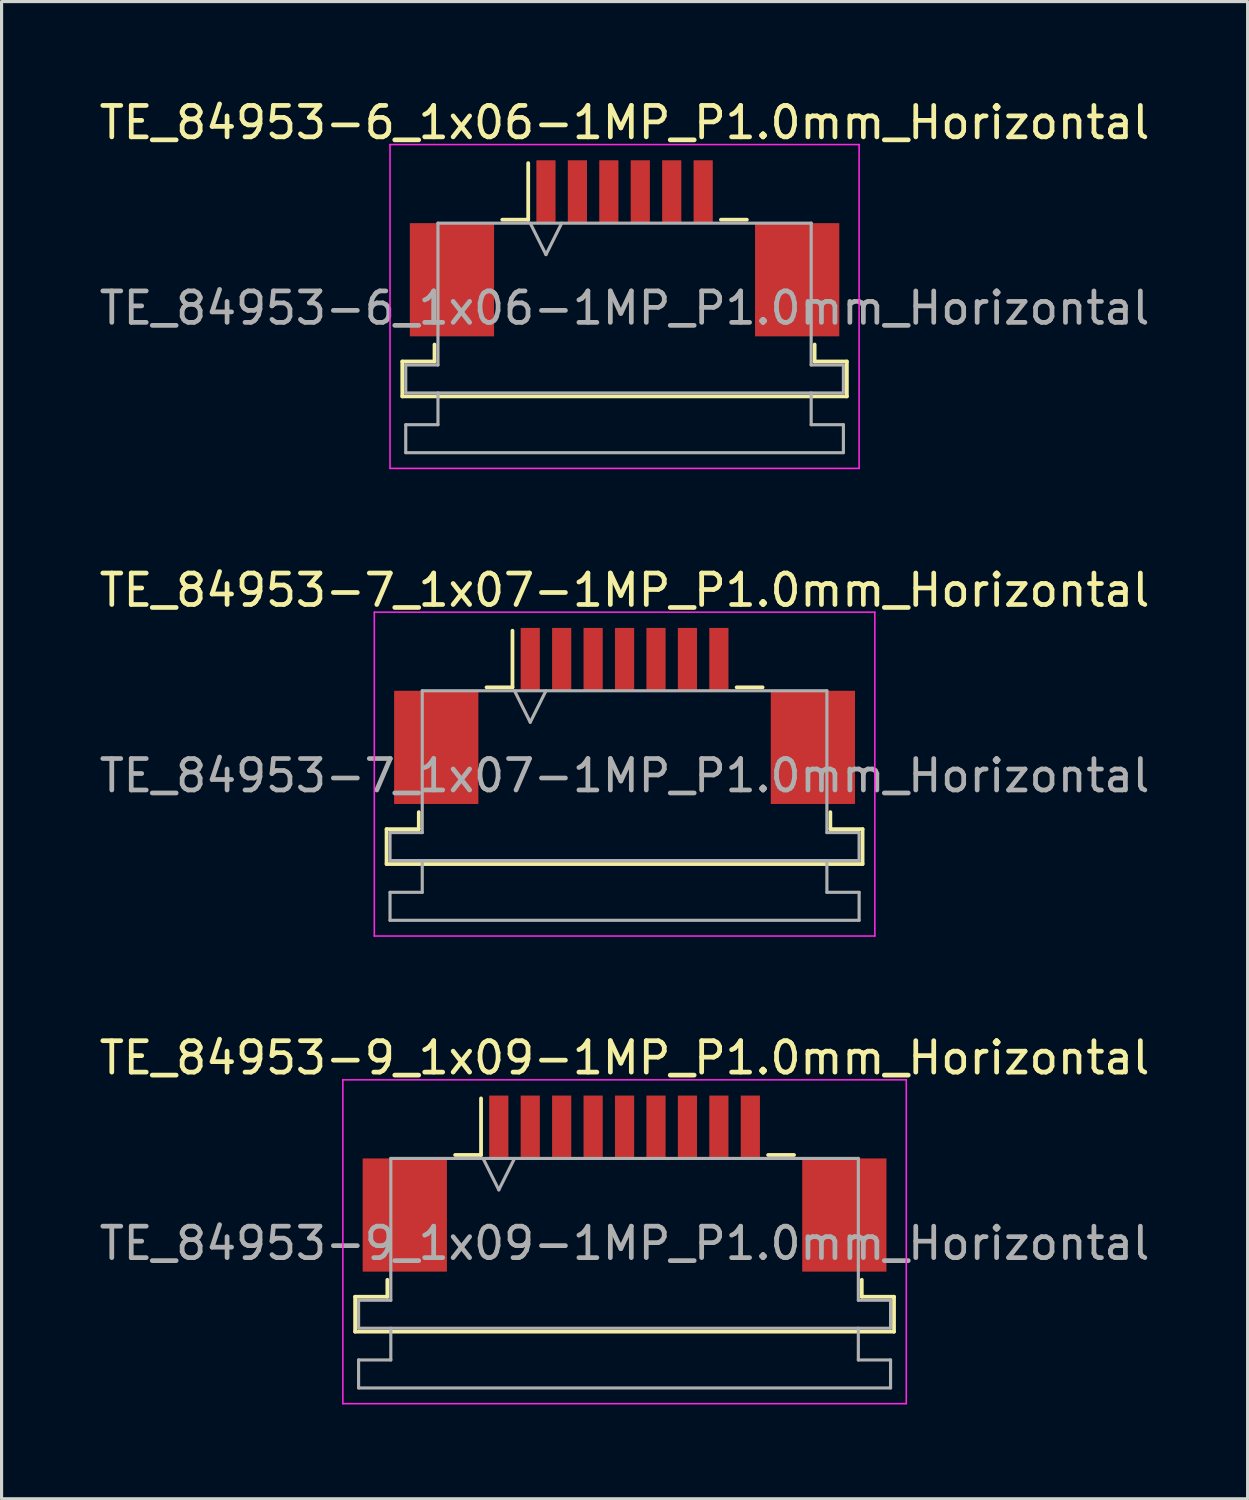
<source format=kicad_pcb>
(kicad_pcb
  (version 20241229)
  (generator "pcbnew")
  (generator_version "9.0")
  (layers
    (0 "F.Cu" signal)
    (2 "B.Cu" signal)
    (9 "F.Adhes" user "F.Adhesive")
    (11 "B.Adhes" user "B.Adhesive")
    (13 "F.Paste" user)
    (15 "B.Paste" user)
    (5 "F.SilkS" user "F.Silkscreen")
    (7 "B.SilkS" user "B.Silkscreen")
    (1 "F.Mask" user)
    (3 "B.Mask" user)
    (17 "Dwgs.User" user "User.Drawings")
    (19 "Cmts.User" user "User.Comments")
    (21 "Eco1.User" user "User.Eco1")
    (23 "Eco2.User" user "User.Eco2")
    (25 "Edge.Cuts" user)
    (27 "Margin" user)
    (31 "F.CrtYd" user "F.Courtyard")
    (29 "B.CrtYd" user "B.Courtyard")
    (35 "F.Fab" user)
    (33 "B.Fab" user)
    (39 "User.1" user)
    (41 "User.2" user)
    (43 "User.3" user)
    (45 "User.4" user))
  (footprint "TE_84953-9_1x09-1MP_P1.0mm_Horizontal"
    (layer "F.Cu")
    (at 16.815 34.595)
    (property "Reference" "TE_84953-9_1x09-1MP_P1.0mm_Horizontal" (at 0 -4 0) (layer "F.SilkS") (effects (font (size 1 1) (thickness 0.15))))
    (attr smd)
    (fp_line (start -8.57 3.6) (end -7.545 3.6) (stroke (width 0.12) (type solid)) (layer "F.SilkS"))
    (fp_line (start -8.57 4.71) (end -8.57 3.6) (stroke (width 0.12) (type solid)) (layer "F.SilkS"))
    (fp_line (start -7.545 3.6) (end -7.545 3.06) (stroke (width 0.12) (type solid)) (layer "F.SilkS"))
    (fp_line (start -5.39 -0.91) (end -4.565 -0.91) (stroke (width 0.12) (type solid)) (layer "F.SilkS"))
    (fp_line (start -4.565 -0.91) (end -4.565 -2.71) (stroke (width 0.12) (type solid)) (layer "F.SilkS"))
    (fp_line (start 4.565 -0.91) (end 5.39 -0.91) (stroke (width 0.12) (type solid)) (layer "F.SilkS"))
    (fp_line (start 7.545 3.06) (end 7.545 3.6) (stroke (width 0.12) (type solid)) (layer "F.SilkS"))
    (fp_line (start 7.545 3.6) (end 8.57 3.6) (stroke (width 0.12) (type solid)) (layer "F.SilkS"))
    (fp_line (start 8.57 3.6) (end 8.57 4.71) (stroke (width 0.12) (type solid)) (layer "F.SilkS"))
    (fp_line (start 8.57 4.71) (end -8.57 4.71) (stroke (width 0.12) (type solid)) (layer "F.SilkS"))
    (fp_line (start -8.96 -3.3) (end -8.96 7) (stroke (width 0.05) (type solid)) (layer "F.CrtYd"))
    (fp_line (start -8.96 7) (end 8.96 7) (stroke (width 0.05) (type solid)) (layer "F.CrtYd"))
    (fp_line (start 8.96 -3.3) (end -8.96 -3.3) (stroke (width 0.05) (type solid)) (layer "F.CrtYd"))
    (fp_line (start 8.96 7) (end 8.96 -3.3) (stroke (width 0.05) (type solid)) (layer "F.CrtYd"))
    (fp_line (start -8.46 3.71) (end -7.435 3.71) (stroke (width 0.1) (type solid)) (layer "F.Fab"))
    (fp_line (start -8.46 4.6) (end -8.46 3.71) (stroke (width 0.1) (type solid)) (layer "F.Fab"))
    (fp_line (start -8.46 5.61) (end -7.435 5.61) (stroke (width 0.1) (type solid)) (layer "F.Fab"))
    (fp_line (start -8.46 6.5) (end -8.46 5.61) (stroke (width 0.1) (type solid)) (layer "F.Fab"))
    (fp_line (start -7.435 -0.8) (end 7.435 -0.8) (stroke (width 0.1) (type solid)) (layer "F.Fab"))
    (fp_line (start -7.435 3.71) (end -7.435 -0.8) (stroke (width 0.1) (type solid)) (layer "F.Fab"))
    (fp_line (start -7.435 5.61) (end -7.435 4.6) (stroke (width 0.1) (type solid)) (layer "F.Fab"))
    (fp_line (start -4.5 -0.8) (end -4 0.2) (stroke (width 0.1) (type solid)) (layer "F.Fab"))
    (fp_line (start -4 0.2) (end -3.5 -0.8) (stroke (width 0.1) (type solid)) (layer "F.Fab"))
    (fp_line (start 7.435 -0.8) (end 7.435 3.71) (stroke (width 0.1) (type solid)) (layer "F.Fab"))
    (fp_line (start 7.435 3.71) (end 8.46 3.71) (stroke (width 0.1) (type solid)) (layer "F.Fab"))
    (fp_line (start 7.435 4.6) (end 7.435 5.61) (stroke (width 0.1) (type solid)) (layer "F.Fab"))
    (fp_line (start 7.435 5.61) (end 8.46 5.61) (stroke (width 0.1) (type solid)) (layer "F.Fab"))
    (fp_line (start 8.46 3.71) (end 8.46 4.6) (stroke (width 0.1) (type solid)) (layer "F.Fab"))
    (fp_line (start 8.46 4.6) (end -8.46 4.6) (stroke (width 0.1) (type solid)) (layer "F.Fab"))
    (fp_line (start 8.46 5.61) (end 8.46 6.5) (stroke (width 0.1) (type solid)) (layer "F.Fab"))
    (fp_line (start 8.46 6.5) (end -8.46 6.5) (stroke (width 0.1) (type solid)) (layer "F.Fab"))
    (fp_text user "${REFERENCE}" (at 0 1.9 0) (layer "F.Fab") (effects (font (size 1 1) (thickness 0.15))))
    (pad "1" smd rect (at -4 -1.8) (size 0.61 2) (layers "F.Cu" "F.Mask" "F.Paste"))
    (pad "2" smd rect (at -3 -1.8) (size 0.61 2) (layers "F.Cu" "F.Mask" "F.Paste"))
    (pad "3" smd rect (at -2 -1.8) (size 0.61 2) (layers "F.Cu" "F.Mask" "F.Paste"))
    (pad "4" smd rect (at -1 -1.8) (size 0.61 2) (layers "F.Cu" "F.Mask" "F.Paste"))
    (pad "5" smd rect (at 0 -1.8) (size 0.61 2) (layers "F.Cu" "F.Mask" "F.Paste"))
    (pad "6" smd rect (at 1 -1.8) (size 0.61 2) (layers "F.Cu" "F.Mask" "F.Paste"))
    (pad "7" smd rect (at 2 -1.8) (size 0.61 2) (layers "F.Cu" "F.Mask" "F.Paste"))
    (pad "8" smd rect (at 3 -1.8) (size 0.61 2) (layers "F.Cu" "F.Mask" "F.Paste"))
    (pad "9" smd rect (at 4 -1.8) (size 0.61 2) (layers "F.Cu" "F.Mask" "F.Paste"))
    (pad "MP" smd rect (at -6.99 1) (size 2.68 3.6) (layers "F.Cu" "F.Mask" "F.Paste"))
    (pad "MP" smd rect (at 6.99 1) (size 2.68 3.6) (layers "F.Cu" "F.Mask" "F.Paste")))
  (footprint "TE_84953-7_1x07-1MP_P1.0mm_Horizontal"
    (layer "F.Cu")
    (at 16.815 19.721)
    (property "Reference" "TE_84953-7_1x07-1MP_P1.0mm_Horizontal" (at 0 -4 0) (layer "F.SilkS") (effects (font (size 1 1) (thickness 0.15))))
    (attr smd)
    (fp_line (start -7.57 3.6) (end -6.545 3.6) (stroke (width 0.12) (type solid)) (layer "F.SilkS"))
    (fp_line (start -7.57 4.71) (end -7.57 3.6) (stroke (width 0.12) (type solid)) (layer "F.SilkS"))
    (fp_line (start -6.545 3.6) (end -6.545 3.06) (stroke (width 0.12) (type solid)) (layer "F.SilkS"))
    (fp_line (start -4.39 -0.91) (end -3.565 -0.91) (stroke (width 0.12) (type solid)) (layer "F.SilkS"))
    (fp_line (start -3.565 -0.91) (end -3.565 -2.71) (stroke (width 0.12) (type solid)) (layer "F.SilkS"))
    (fp_line (start 3.565 -0.91) (end 4.39 -0.91) (stroke (width 0.12) (type solid)) (layer "F.SilkS"))
    (fp_line (start 6.545 3.06) (end 6.545 3.6) (stroke (width 0.12) (type solid)) (layer "F.SilkS"))
    (fp_line (start 6.545 3.6) (end 7.57 3.6) (stroke (width 0.12) (type solid)) (layer "F.SilkS"))
    (fp_line (start 7.57 3.6) (end 7.57 4.71) (stroke (width 0.12) (type solid)) (layer "F.SilkS"))
    (fp_line (start 7.57 4.71) (end -7.57 4.71) (stroke (width 0.12) (type solid)) (layer "F.SilkS"))
    (fp_line (start -7.96 -3.3) (end -7.96 7) (stroke (width 0.05) (type solid)) (layer "F.CrtYd"))
    (fp_line (start -7.96 7) (end 7.96 7) (stroke (width 0.05) (type solid)) (layer "F.CrtYd"))
    (fp_line (start 7.96 -3.3) (end -7.96 -3.3) (stroke (width 0.05) (type solid)) (layer "F.CrtYd"))
    (fp_line (start 7.96 7) (end 7.96 -3.3) (stroke (width 0.05) (type solid)) (layer "F.CrtYd"))
    (fp_line (start -7.46 3.71) (end -6.435 3.71) (stroke (width 0.1) (type solid)) (layer "F.Fab"))
    (fp_line (start -7.46 4.6) (end -7.46 3.71) (stroke (width 0.1) (type solid)) (layer "F.Fab"))
    (fp_line (start -7.46 5.61) (end -6.435 5.61) (stroke (width 0.1) (type solid)) (layer "F.Fab"))
    (fp_line (start -7.46 6.5) (end -7.46 5.61) (stroke (width 0.1) (type solid)) (layer "F.Fab"))
    (fp_line (start -6.435 -0.8) (end 6.435 -0.8) (stroke (width 0.1) (type solid)) (layer "F.Fab"))
    (fp_line (start -6.435 3.71) (end -6.435 -0.8) (stroke (width 0.1) (type solid)) (layer "F.Fab"))
    (fp_line (start -6.435 5.61) (end -6.435 4.6) (stroke (width 0.1) (type solid)) (layer "F.Fab"))
    (fp_line (start -3.5 -0.8) (end -3 0.2) (stroke (width 0.1) (type solid)) (layer "F.Fab"))
    (fp_line (start -3 0.2) (end -2.5 -0.8) (stroke (width 0.1) (type solid)) (layer "F.Fab"))
    (fp_line (start 6.435 -0.8) (end 6.435 3.71) (stroke (width 0.1) (type solid)) (layer "F.Fab"))
    (fp_line (start 6.435 3.71) (end 7.46 3.71) (stroke (width 0.1) (type solid)) (layer "F.Fab"))
    (fp_line (start 6.435 4.6) (end 6.435 5.61) (stroke (width 0.1) (type solid)) (layer "F.Fab"))
    (fp_line (start 6.435 5.61) (end 7.46 5.61) (stroke (width 0.1) (type solid)) (layer "F.Fab"))
    (fp_line (start 7.46 3.71) (end 7.46 4.6) (stroke (width 0.1) (type solid)) (layer "F.Fab"))
    (fp_line (start 7.46 4.6) (end -7.46 4.6) (stroke (width 0.1) (type solid)) (layer "F.Fab"))
    (fp_line (start 7.46 5.61) (end 7.46 6.5) (stroke (width 0.1) (type solid)) (layer "F.Fab"))
    (fp_line (start 7.46 6.5) (end -7.46 6.5) (stroke (width 0.1) (type solid)) (layer "F.Fab"))
    (fp_text user "${REFERENCE}" (at 0 1.9 0) (layer "F.Fab") (effects (font (size 1 1) (thickness 0.15))))
    (pad "1" smd rect (at -3 -1.8) (size 0.61 2) (layers "F.Cu" "F.Mask" "F.Paste"))
    (pad "2" smd rect (at -2 -1.8) (size 0.61 2) (layers "F.Cu" "F.Mask" "F.Paste"))
    (pad "3" smd rect (at -1 -1.8) (size 0.61 2) (layers "F.Cu" "F.Mask" "F.Paste"))
    (pad "4" smd rect (at 0 -1.8) (size 0.61 2) (layers "F.Cu" "F.Mask" "F.Paste"))
    (pad "5" smd rect (at 1 -1.8) (size 0.61 2) (layers "F.Cu" "F.Mask" "F.Paste"))
    (pad "6" smd rect (at 2 -1.8) (size 0.61 2) (layers "F.Cu" "F.Mask" "F.Paste"))
    (pad "7" smd rect (at 3 -1.8) (size 0.61 2) (layers "F.Cu" "F.Mask" "F.Paste"))
    (pad "MP" smd rect (at -5.99 1) (size 2.68 3.6) (layers "F.Cu" "F.Mask" "F.Paste"))
    (pad "MP" smd rect (at 5.99 1) (size 2.68 3.6) (layers "F.Cu" "F.Mask" "F.Paste")))
  (footprint "TE_84953-6_1x06-1MP_P1.0mm_Horizontal"
    (layer "F.Cu")
    (at 16.815 4.848)
    (property "Reference" "TE_84953-6_1x06-1MP_P1.0mm_Horizontal" (at 0 -4 0) (layer "F.SilkS") (effects (font (size 1 1) (thickness 0.15))))
    (attr smd)
    (fp_line (start -7.07 3.6) (end -6.045 3.6) (stroke (width 0.12) (type solid)) (layer "F.SilkS"))
    (fp_line (start -7.07 4.71) (end -7.07 3.6) (stroke (width 0.12) (type solid)) (layer "F.SilkS"))
    (fp_line (start -6.045 3.6) (end -6.045 3.06) (stroke (width 0.12) (type solid)) (layer "F.SilkS"))
    (fp_line (start -3.89 -0.91) (end -3.065 -0.91) (stroke (width 0.12) (type solid)) (layer "F.SilkS"))
    (fp_line (start -3.065 -0.91) (end -3.065 -2.71) (stroke (width 0.12) (type solid)) (layer "F.SilkS"))
    (fp_line (start 3.065 -0.91) (end 3.89 -0.91) (stroke (width 0.12) (type solid)) (layer "F.SilkS"))
    (fp_line (start 6.045 3.06) (end 6.045 3.6) (stroke (width 0.12) (type solid)) (layer "F.SilkS"))
    (fp_line (start 6.045 3.6) (end 7.07 3.6) (stroke (width 0.12) (type solid)) (layer "F.SilkS"))
    (fp_line (start 7.07 3.6) (end 7.07 4.71) (stroke (width 0.12) (type solid)) (layer "F.SilkS"))
    (fp_line (start 7.07 4.71) (end -7.07 4.71) (stroke (width 0.12) (type solid)) (layer "F.SilkS"))
    (fp_line (start -7.46 -3.3) (end -7.46 7) (stroke (width 0.05) (type solid)) (layer "F.CrtYd"))
    (fp_line (start -7.46 7) (end 7.46 7) (stroke (width 0.05) (type solid)) (layer "F.CrtYd"))
    (fp_line (start 7.46 -3.3) (end -7.46 -3.3) (stroke (width 0.05) (type solid)) (layer "F.CrtYd"))
    (fp_line (start 7.46 7) (end 7.46 -3.3) (stroke (width 0.05) (type solid)) (layer "F.CrtYd"))
    (fp_line (start -6.96 3.71) (end -5.935 3.71) (stroke (width 0.1) (type solid)) (layer "F.Fab"))
    (fp_line (start -6.96 4.6) (end -6.96 3.71) (stroke (width 0.1) (type solid)) (layer "F.Fab"))
    (fp_line (start -6.96 5.61) (end -5.935 5.61) (stroke (width 0.1) (type solid)) (layer "F.Fab"))
    (fp_line (start -6.96 6.5) (end -6.96 5.61) (stroke (width 0.1) (type solid)) (layer "F.Fab"))
    (fp_line (start -5.935 -0.8) (end 5.935 -0.8) (stroke (width 0.1) (type solid)) (layer "F.Fab"))
    (fp_line (start -5.935 3.71) (end -5.935 -0.8) (stroke (width 0.1) (type solid)) (layer "F.Fab"))
    (fp_line (start -5.935 5.61) (end -5.935 4.6) (stroke (width 0.1) (type solid)) (layer "F.Fab"))
    (fp_line (start -3 -0.8) (end -2.5 0.2) (stroke (width 0.1) (type solid)) (layer "F.Fab"))
    (fp_line (start -2.5 0.2) (end -2 -0.8) (stroke (width 0.1) (type solid)) (layer "F.Fab"))
    (fp_line (start 5.935 -0.8) (end 5.935 3.71) (stroke (width 0.1) (type solid)) (layer "F.Fab"))
    (fp_line (start 5.935 3.71) (end 6.96 3.71) (stroke (width 0.1) (type solid)) (layer "F.Fab"))
    (fp_line (start 5.935 4.6) (end 5.935 5.61) (stroke (width 0.1) (type solid)) (layer "F.Fab"))
    (fp_line (start 5.935 5.61) (end 6.96 5.61) (stroke (width 0.1) (type solid)) (layer "F.Fab"))
    (fp_line (start 6.96 3.71) (end 6.96 4.6) (stroke (width 0.1) (type solid)) (layer "F.Fab"))
    (fp_line (start 6.96 4.6) (end -6.96 4.6) (stroke (width 0.1) (type solid)) (layer "F.Fab"))
    (fp_line (start 6.96 5.61) (end 6.96 6.5) (stroke (width 0.1) (type solid)) (layer "F.Fab"))
    (fp_line (start 6.96 6.5) (end -6.96 6.5) (stroke (width 0.1) (type solid)) (layer "F.Fab"))
    (fp_text user "${REFERENCE}" (at 0 1.9 0) (layer "F.Fab") (effects (font (size 1 1) (thickness 0.15))))
    (pad "1" smd rect (at -2.5 -1.8) (size 0.61 2) (layers "F.Cu" "F.Mask" "F.Paste"))
    (pad "2" smd rect (at -1.5 -1.8) (size 0.61 2) (layers "F.Cu" "F.Mask" "F.Paste"))
    (pad "3" smd rect (at -0.5 -1.8) (size 0.61 2) (layers "F.Cu" "F.Mask" "F.Paste"))
    (pad "4" smd rect (at 0.5 -1.8) (size 0.61 2) (layers "F.Cu" "F.Mask" "F.Paste"))
    (pad "5" smd rect (at 1.5 -1.8) (size 0.61 2) (layers "F.Cu" "F.Mask" "F.Paste"))
    (pad "6" smd rect (at 2.5 -1.8) (size 0.61 2) (layers "F.Cu" "F.Mask" "F.Paste"))
    (pad "MP" smd rect (at -5.49 1) (size 2.68 3.6) (layers "F.Cu" "F.Mask" "F.Paste"))
    (pad "MP" smd rect (at 5.49 1) (size 2.68 3.6) (layers "F.Cu" "F.Mask" "F.Paste")))
  (gr_rect
    (start -3 -3)
    (end 36.631 44.62)
    (stroke (width 0.1) (type default))
    (fill no)
    (layer "Edge.Cuts")))
</source>
